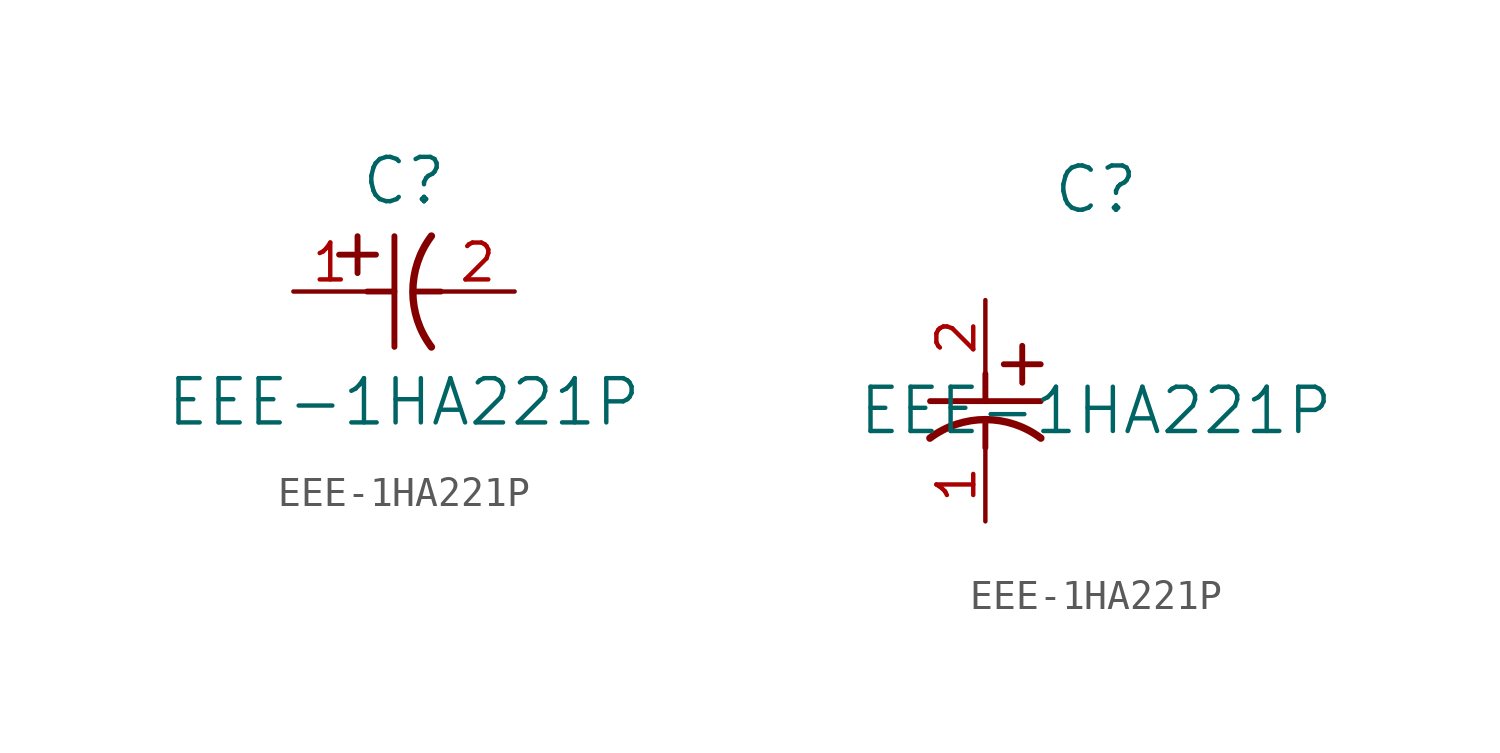
<source format=kicad_sym>
(kicad_symbol_lib
  (version 20211014)
  (generator kicad_symbol_editor)
  (symbol "EEE-1HA221P"
    (pin_names
      (offset 0.254))
    (property "Reference" "C"
      (at 3.81 3.81 0)
      (effects (font (size 1.524 1.524))))
    (property "Value" "EEE-1HA221P"
      (at 3.81 -3.81 0)
      (effects (font (size 1.524 1.524))))
    (symbol "EEE-1HA221P_1_1"
      (polyline (pts (xy 2.21 0.635) (xy 2.21 1.905)) (stroke (width 0.203) (type default) (color 0 0 0 0)) (fill (type none)))
      (arc (start 4.754132 1.910763) (mid 4.1148 0) (end 4.754132 -1.910763) (stroke (width 0.254) (type default) (color 0 0 0 0)) (fill (type none)))
      (polyline (pts (xy 4.115 0) (xy 5.08 0)) (stroke (width 0.203) (type default) (color 0 0 0 0)) (fill (type none)))
      (polyline (pts (xy 3.48 -1.905) (xy 3.48 1.905)) (stroke (width 0.203) (type default) (color 0 0 0 0)) (fill (type none)))
      (polyline (pts (xy 1.575 1.27) (xy 2.845 1.27)) (stroke (width 0.203) (type default) (color 0 0 0 0)) (fill (type none)))
      (polyline (pts (xy 2.54 0) (xy 3.48 0)) (stroke (width 0.203) (type default) (color 0 0 0 0)) (fill (type none)))
      (pin unspecified line (at 0 0 0) (length 2.54) (name "" (effects (font (size 1.27 1.27)))) (number "1" (effects (font (size 1.27 1.27)))))
      (pin unspecified line (at 7.62 0 180) (length 2.54) (name "" (effects (font (size 1.27 1.27)))) (number "2" (effects (font (size 1.27 1.27))))))
    (symbol "EEE-1HA221P_1_2"
      (polyline (pts (xy 0 -2.54) (xy 0 -3.48)) (stroke (width 0.203) (type default) (color 0 0 0 0)) (fill (type none)))
      (arc (start 1.910763 -4.754132) (mid 0 -4.1148) (end -1.910763 -4.754132) (stroke (width 0.254) (type default) (color 0 0 0 0)) (fill (type none)))
      (polyline (pts (xy -1.905 -3.48) (xy 1.905 -3.48)) (stroke (width 0.203) (type default) (color 0 0 0 0)) (fill (type none)))
      (polyline (pts (xy 0.635 -2.21) (xy 1.905 -2.21)) (stroke (width 0.203) (type default) (color 0 0 0 0)) (fill (type none)))
      (polyline (pts (xy 1.27 -1.575) (xy 1.27 -2.845)) (stroke (width 0.203) (type default) (color 0 0 0 0)) (fill (type none)))
      (polyline (pts (xy 0 -4.115) (xy 0 -5.08)) (stroke (width 0.203) (type default) (color 0 0 0 0)) (fill (type none)))
      (pin unspecified line (at 0 -7.62 90) (length 2.54) (name "" (effects (font (size 1.27 1.27)))) (number "1" (effects (font (size 1.27 1.27)))))
      (pin unspecified line (at 0 0 270) (length 2.54) (name "" (effects (font (size 1.27 1.27)))) (number "2" (effects (font (size 1.27 1.27))))))))
</source>
